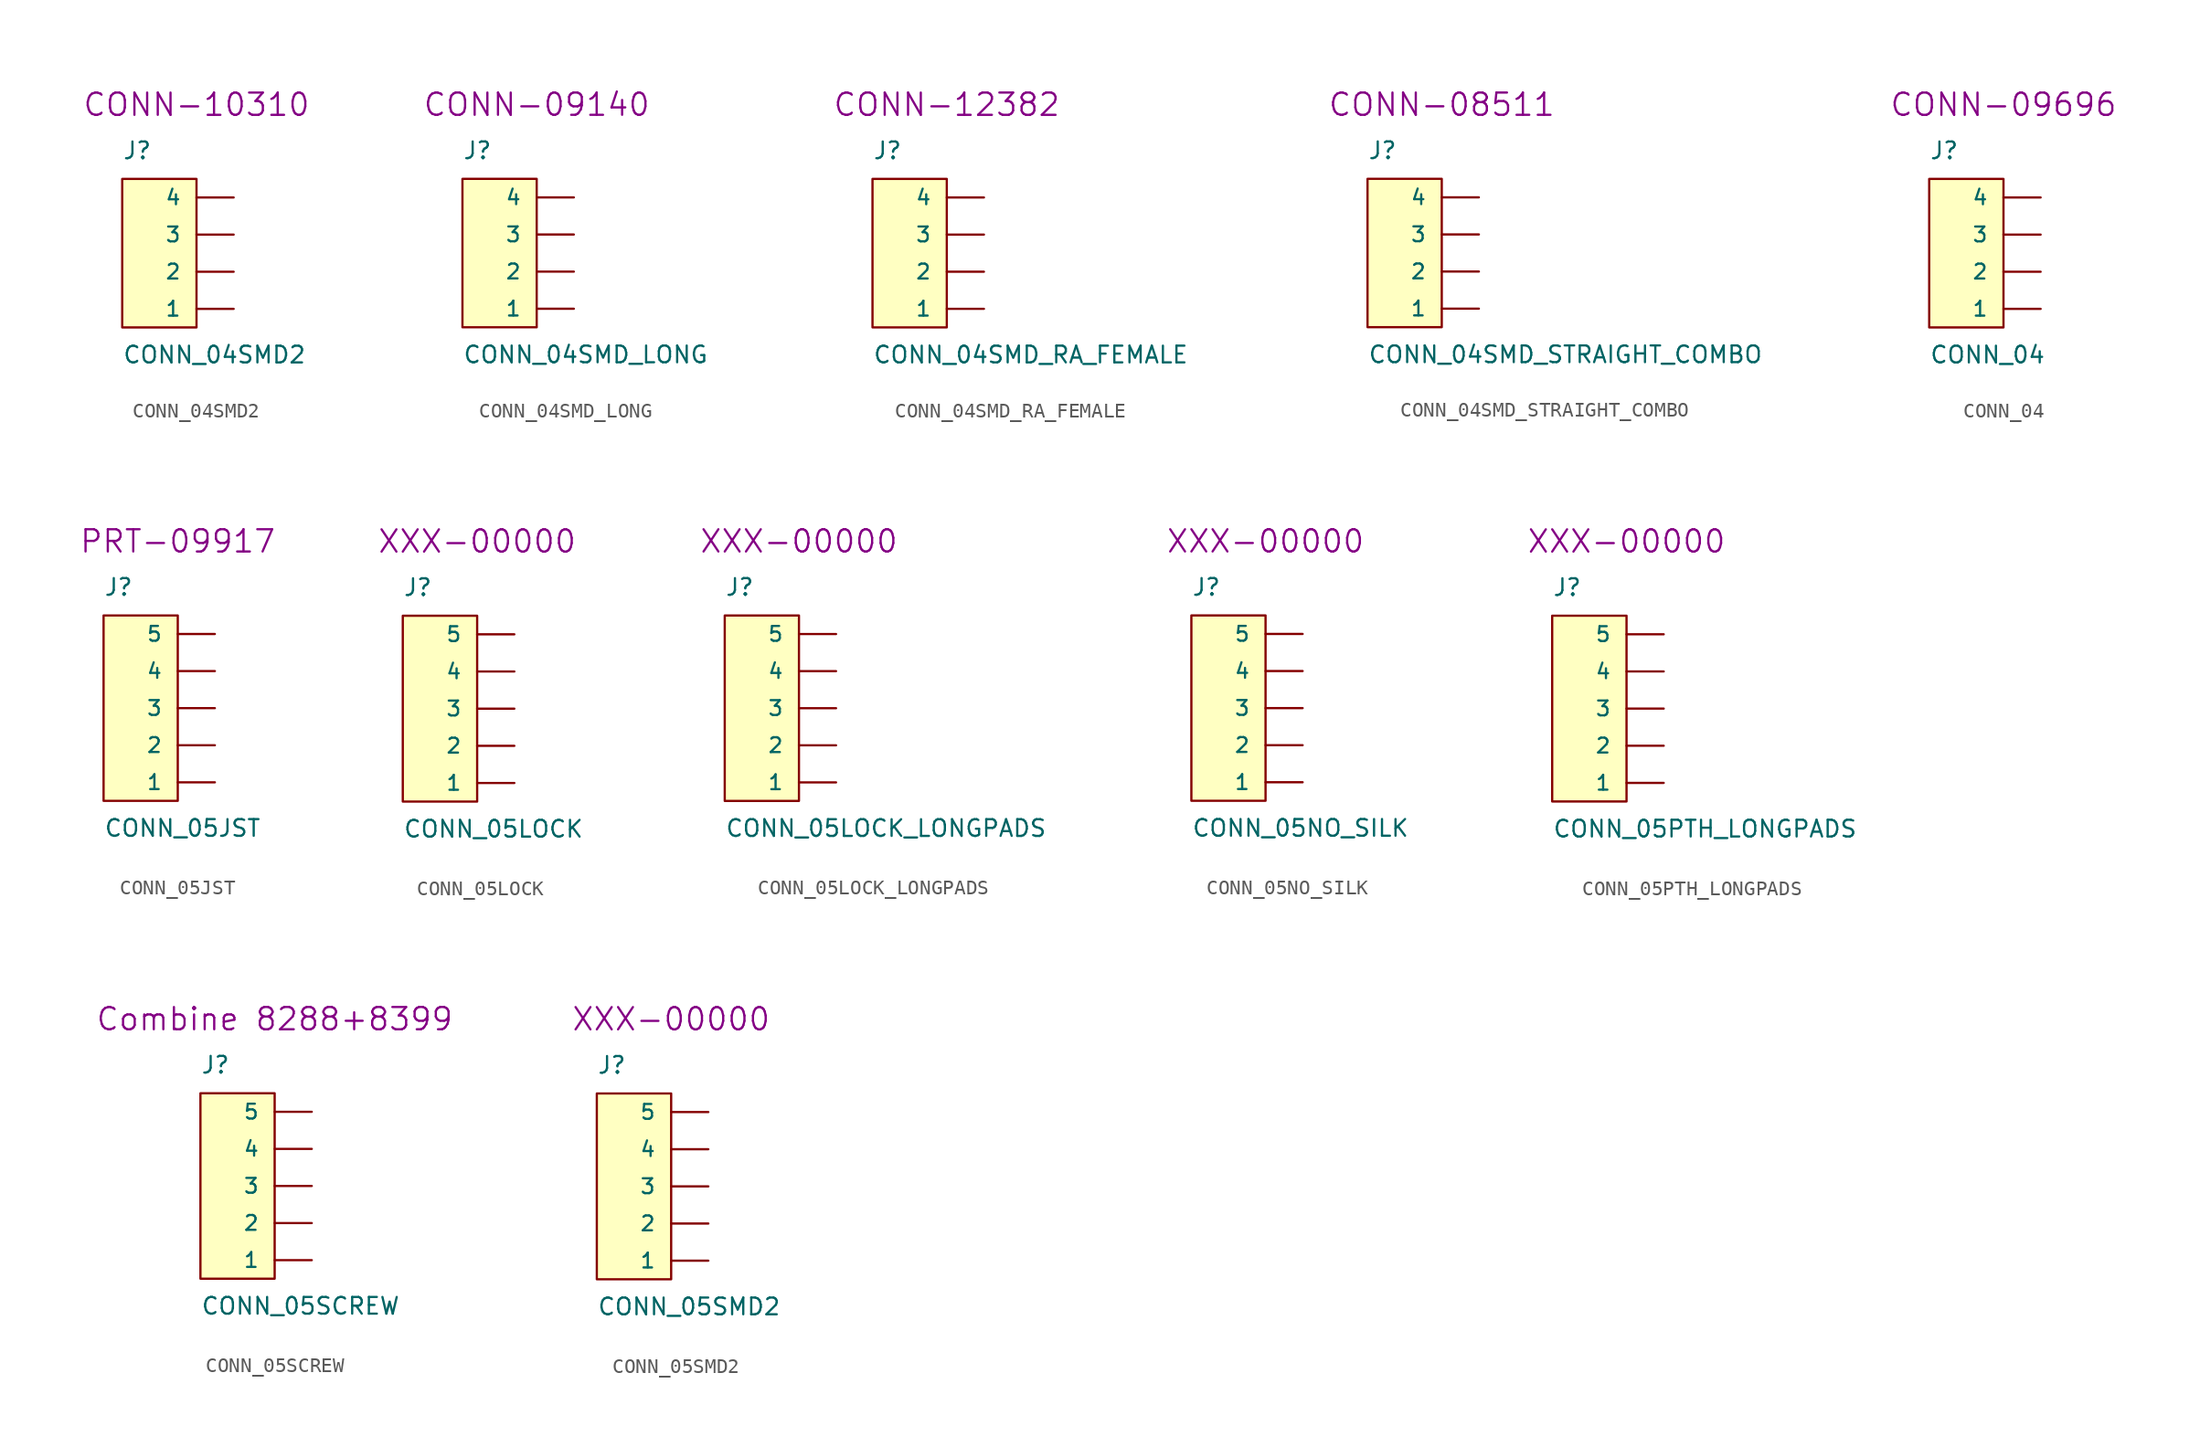
<source format=kicad_sym>
(kicad_symbol_lib
  (version 20220914)
  (generator kicad_symbol_editor)
  (symbol "CONN_04SMD2"
    (pin_numbers hide)
    (pin_names
      (offset 1.016))
    (property "Reference" "J"
      (at -5.08 10.16 0)
      (effects (font (size 1.143 1.143)) (justify left bottom)))
    (property "Value" "CONN_04SMD2"
      (at -5.08 -3.81 0)
      (effects (font (size 1.143 1.143)) (justify left bottom)))
    (property "Field4" "CONN-10310"
      (at 0 13.97 0)
      (effects (font (size 1.524 1.524))))
    (property "ki_locked" ""
      (at 0 0 0)
      (effects (font (size 1.27 1.27))))
    (symbol "CONN_04SMD2_0_1"
      (rectangle (start 0 -1.27) (end -5.08 8.89) (stroke (width 0) (type solid)) (fill (type background))))
    (symbol "CONN_04SMD2_1_1"
      (pin passive line (at 2.54 0 180) (length 2.54) (name "1" (effects (font (size 1.016 1.016)))) (number "1" (effects (font (size 1.016 1.016)))))
      (pin passive line (at 2.54 2.54 180) (length 2.54) (name "2" (effects (font (size 1.016 1.016)))) (number "2" (effects (font (size 1.016 1.016)))))
      (pin passive line (at 2.54 5.08 180) (length 2.54) (name "3" (effects (font (size 1.016 1.016)))) (number "3" (effects (font (size 1.016 1.016)))))
      (pin passive line (at 2.54 7.62 180) (length 2.54) (name "4" (effects (font (size 1.016 1.016)))) (number "4" (effects (font (size 1.016 1.016)))))))
  (symbol "CONN_04SMD_LONG"
    (pin_numbers hide)
    (pin_names
      (offset 1.016))
    (property "Reference" "J"
      (at -5.08 10.16 0)
      (effects (font (size 1.143 1.143)) (justify left bottom)))
    (property "Value" "CONN_04SMD_LONG"
      (at -5.08 -3.81 0)
      (effects (font (size 1.143 1.143)) (justify left bottom)))
    (property "Field4" "CONN-09140"
      (at 0 13.97 0)
      (effects (font (size 1.524 1.524))))
    (property "ki_locked" ""
      (at 0 0 0)
      (effects (font (size 1.27 1.27))))
    (symbol "CONN_04SMD_LONG_0_1"
      (rectangle (start 0 -1.27) (end -5.08 8.89) (stroke (width 0) (type solid)) (fill (type background))))
    (symbol "CONN_04SMD_LONG_1_1"
      (pin passive line (at 2.54 0 180) (length 2.54) (name "1" (effects (font (size 1.016 1.016)))) (number "1" (effects (font (size 1.016 1.016)))))
      (pin passive line (at 2.54 2.54 180) (length 2.54) (name "2" (effects (font (size 1.016 1.016)))) (number "2" (effects (font (size 1.016 1.016)))))
      (pin passive line (at 2.54 5.08 180) (length 2.54) (name "3" (effects (font (size 1.016 1.016)))) (number "3" (effects (font (size 1.016 1.016)))))
      (pin passive line (at 2.54 7.62 180) (length 2.54) (name "4" (effects (font (size 1.016 1.016)))) (number "4" (effects (font (size 1.016 1.016)))))))
  (symbol "CONN_04SMD_RA_FEMALE"
    (pin_numbers hide)
    (pin_names
      (offset 1.016))
    (property "Reference" "J"
      (at -5.08 10.16 0)
      (effects (font (size 1.143 1.143)) (justify left bottom)))
    (property "Value" "CONN_04SMD_RA_FEMALE"
      (at -5.08 -3.81 0)
      (effects (font (size 1.143 1.143)) (justify left bottom)))
    (property "Field4" "CONN-12382"
      (at 0 13.97 0)
      (effects (font (size 1.524 1.524))))
    (property "ki_locked" ""
      (at 0 0 0)
      (effects (font (size 1.27 1.27))))
    (symbol "CONN_04SMD_RA_FEMALE_0_1"
      (rectangle (start 0 -1.27) (end -5.08 8.89) (stroke (width 0) (type solid)) (fill (type background))))
    (symbol "CONN_04SMD_RA_FEMALE_1_1"
      (pin passive line (at 2.54 0 180) (length 2.54) (name "1" (effects (font (size 1.016 1.016)))) (number "1" (effects (font (size 1.016 1.016)))))
      (pin passive line (at 2.54 2.54 180) (length 2.54) (name "2" (effects (font (size 1.016 1.016)))) (number "2" (effects (font (size 1.016 1.016)))))
      (pin passive line (at 2.54 5.08 180) (length 2.54) (name "3" (effects (font (size 1.016 1.016)))) (number "3" (effects (font (size 1.016 1.016)))))
      (pin passive line (at 2.54 7.62 180) (length 2.54) (name "4" (effects (font (size 1.016 1.016)))) (number "4" (effects (font (size 1.016 1.016)))))))
  (symbol "CONN_04SMD_STRAIGHT_COMBO"
    (pin_numbers hide)
    (pin_names
      (offset 1.016))
    (property "Reference" "J"
      (at -5.08 10.16 0)
      (effects (font (size 1.143 1.143)) (justify left bottom)))
    (property "Value" "CONN_04SMD_STRAIGHT_COMBO"
      (at -5.08 -3.81 0)
      (effects (font (size 1.143 1.143)) (justify left bottom)))
    (property "Field4" "CONN-08511"
      (at 0 13.97 0)
      (effects (font (size 1.524 1.524))))
    (property "ki_locked" ""
      (at 0 0 0)
      (effects (font (size 1.27 1.27))))
    (symbol "CONN_04SMD_STRAIGHT_COMBO_0_1"
      (rectangle (start 0 -1.27) (end -5.08 8.89) (stroke (width 0) (type solid)) (fill (type background))))
    (symbol "CONN_04SMD_STRAIGHT_COMBO_1_1"
      (pin passive line (at 2.54 0 180) (length 2.54) (name "1" (effects (font (size 1.016 1.016)))) (number "1" (effects (font (size 1.016 1.016)))))
      (pin passive line (at 2.54 2.54 180) (length 2.54) (name "2" (effects (font (size 1.016 1.016)))) (number "2" (effects (font (size 1.016 1.016)))))
      (pin passive line (at 2.54 5.08 180) (length 2.54) (name "3" (effects (font (size 1.016 1.016)))) (number "3" (effects (font (size 1.016 1.016)))))
      (pin passive line (at 2.54 7.62 180) (length 2.54) (name "4" (effects (font (size 1.016 1.016)))) (number "4" (effects (font (size 1.016 1.016)))))))
  (symbol "CONN_04"
    (pin_numbers hide)
    (pin_names
      (offset 1.016))
    (property "Reference" "J"
      (at -5.08 10.16 0)
      (effects (font (size 1.143 1.143)) (justify left bottom)))
    (property "Value" "CONN_04"
      (at -5.08 -3.81 0)
      (effects (font (size 1.143 1.143)) (justify left bottom)))
    (property "Field4" "CONN-09696"
      (at 0 13.97 0)
      (effects (font (size 1.524 1.524))))
    (property "ki_locked" ""
      (at 0 0 0)
      (effects (font (size 1.27 1.27))))
    (symbol "CONN_04_0_1"
      (rectangle (start 0 -1.27) (end -5.08 8.89) (stroke (width 0) (type solid)) (fill (type background))))
    (symbol "CONN_04_1_1"
      (pin passive line (at 2.54 0 180) (length 2.54) (name "1" (effects (font (size 1.016 1.016)))) (number "1" (effects (font (size 1.016 1.016)))))
      (pin passive line (at 2.54 2.54 180) (length 2.54) (name "2" (effects (font (size 1.016 1.016)))) (number "2" (effects (font (size 1.016 1.016)))))
      (pin passive line (at 2.54 5.08 180) (length 2.54) (name "3" (effects (font (size 1.016 1.016)))) (number "3" (effects (font (size 1.016 1.016)))))
      (pin passive line (at 2.54 7.62 180) (length 2.54) (name "4" (effects (font (size 1.016 1.016)))) (number "4" (effects (font (size 1.016 1.016)))))))
  (symbol "CONN_05JST"
    (pin_numbers hide)
    (pin_names
      (offset 1.016))
    (property "Reference" "J"
      (at -5.08 12.7 0)
      (effects (font (size 1.143 1.143)) (justify left bottom)))
    (property "Value" "CONN_05JST"
      (at -5.08 -3.81 0)
      (effects (font (size 1.143 1.143)) (justify left bottom)))
    (property "Field4" "PRT-09917"
      (at 0 16.51 0)
      (effects (font (size 1.524 1.524))))
    (property "ki_locked" ""
      (at 0 0 0)
      (effects (font (size 1.27 1.27))))
    (symbol "CONN_05JST_0_1"
      (rectangle (start 0 -1.27) (end -5.08 11.43) (stroke (width 0) (type solid)) (fill (type background))))
    (symbol "CONN_05JST_1_1"
      (pin passive line (at 2.54 0 180) (length 2.54) (name "1" (effects (font (size 1.016 1.016)))) (number "1" (effects (font (size 1.016 1.016)))))
      (pin passive line (at 2.54 2.54 180) (length 2.54) (name "2" (effects (font (size 1.016 1.016)))) (number "2" (effects (font (size 1.016 1.016)))))
      (pin passive line (at 2.54 5.08 180) (length 2.54) (name "3" (effects (font (size 1.016 1.016)))) (number "3" (effects (font (size 1.016 1.016)))))
      (pin passive line (at 2.54 7.62 180) (length 2.54) (name "4" (effects (font (size 1.016 1.016)))) (number "4" (effects (font (size 1.016 1.016)))))
      (pin passive line (at 2.54 10.16 180) (length 2.54) (name "5" (effects (font (size 1.016 1.016)))) (number "5" (effects (font (size 1.016 1.016)))))))
  (symbol "CONN_05LOCK"
    (pin_numbers hide)
    (pin_names
      (offset 1.016))
    (property "Reference" "J"
      (at -5.08 12.7 0)
      (effects (font (size 1.143 1.143)) (justify left bottom)))
    (property "Value" "CONN_05LOCK"
      (at -5.08 -3.81 0)
      (effects (font (size 1.143 1.143)) (justify left bottom)))
    (property "Field4" "XXX-00000"
      (at 0 16.51 0)
      (effects (font (size 1.524 1.524))))
    (property "ki_locked" ""
      (at 0 0 0)
      (effects (font (size 1.27 1.27))))
    (symbol "CONN_05LOCK_0_1"
      (rectangle (start 0 -1.27) (end -5.08 11.43) (stroke (width 0) (type solid)) (fill (type background))))
    (symbol "CONN_05LOCK_1_1"
      (pin passive line (at 2.54 0 180) (length 2.54) (name "1" (effects (font (size 1.016 1.016)))) (number "1" (effects (font (size 1.016 1.016)))))
      (pin passive line (at 2.54 2.54 180) (length 2.54) (name "2" (effects (font (size 1.016 1.016)))) (number "2" (effects (font (size 1.016 1.016)))))
      (pin passive line (at 2.54 5.08 180) (length 2.54) (name "3" (effects (font (size 1.016 1.016)))) (number "3" (effects (font (size 1.016 1.016)))))
      (pin passive line (at 2.54 7.62 180) (length 2.54) (name "4" (effects (font (size 1.016 1.016)))) (number "4" (effects (font (size 1.016 1.016)))))
      (pin passive line (at 2.54 10.16 180) (length 2.54) (name "5" (effects (font (size 1.016 1.016)))) (number "5" (effects (font (size 1.016 1.016)))))))
  (symbol "CONN_05LOCK_LONGPADS"
    (pin_numbers hide)
    (pin_names
      (offset 1.016))
    (property "Reference" "J"
      (at -5.08 12.7 0)
      (effects (font (size 1.143 1.143)) (justify left bottom)))
    (property "Value" "CONN_05LOCK_LONGPADS"
      (at -5.08 -3.81 0)
      (effects (font (size 1.143 1.143)) (justify left bottom)))
    (property "Field4" "XXX-00000"
      (at 0 16.51 0)
      (effects (font (size 1.524 1.524))))
    (property "ki_locked" ""
      (at 0 0 0)
      (effects (font (size 1.27 1.27))))
    (symbol "CONN_05LOCK_LONGPADS_0_1"
      (rectangle (start 0 -1.27) (end -5.08 11.43) (stroke (width 0) (type solid)) (fill (type background))))
    (symbol "CONN_05LOCK_LONGPADS_1_1"
      (pin passive line (at 2.54 0 180) (length 2.54) (name "1" (effects (font (size 1.016 1.016)))) (number "1" (effects (font (size 1.016 1.016)))))
      (pin passive line (at 2.54 2.54 180) (length 2.54) (name "2" (effects (font (size 1.016 1.016)))) (number "2" (effects (font (size 1.016 1.016)))))
      (pin passive line (at 2.54 5.08 180) (length 2.54) (name "3" (effects (font (size 1.016 1.016)))) (number "3" (effects (font (size 1.016 1.016)))))
      (pin passive line (at 2.54 7.62 180) (length 2.54) (name "4" (effects (font (size 1.016 1.016)))) (number "4" (effects (font (size 1.016 1.016)))))
      (pin passive line (at 2.54 10.16 180) (length 2.54) (name "5" (effects (font (size 1.016 1.016)))) (number "5" (effects (font (size 1.016 1.016)))))))
  (symbol "CONN_05NO_SILK"
    (pin_numbers hide)
    (pin_names
      (offset 1.016))
    (property "Reference" "J"
      (at -5.08 12.7 0)
      (effects (font (size 1.143 1.143)) (justify left bottom)))
    (property "Value" "CONN_05NO_SILK"
      (at -5.08 -3.81 0)
      (effects (font (size 1.143 1.143)) (justify left bottom)))
    (property "Field4" "XXX-00000"
      (at 0 16.51 0)
      (effects (font (size 1.524 1.524))))
    (property "ki_locked" ""
      (at 0 0 0)
      (effects (font (size 1.27 1.27))))
    (symbol "CONN_05NO_SILK_0_1"
      (rectangle (start 0 -1.27) (end -5.08 11.43) (stroke (width 0) (type solid)) (fill (type background))))
    (symbol "CONN_05NO_SILK_1_1"
      (pin passive line (at 2.54 0 180) (length 2.54) (name "1" (effects (font (size 1.016 1.016)))) (number "1" (effects (font (size 1.016 1.016)))))
      (pin passive line (at 2.54 2.54 180) (length 2.54) (name "2" (effects (font (size 1.016 1.016)))) (number "2" (effects (font (size 1.016 1.016)))))
      (pin passive line (at 2.54 5.08 180) (length 2.54) (name "3" (effects (font (size 1.016 1.016)))) (number "3" (effects (font (size 1.016 1.016)))))
      (pin passive line (at 2.54 7.62 180) (length 2.54) (name "4" (effects (font (size 1.016 1.016)))) (number "4" (effects (font (size 1.016 1.016)))))
      (pin passive line (at 2.54 10.16 180) (length 2.54) (name "5" (effects (font (size 1.016 1.016)))) (number "5" (effects (font (size 1.016 1.016)))))))
  (symbol "CONN_05PTH_LONGPADS"
    (pin_numbers hide)
    (pin_names
      (offset 1.016))
    (property "Reference" "J"
      (at -5.08 12.7 0)
      (effects (font (size 1.143 1.143)) (justify left bottom)))
    (property "Value" "CONN_05PTH_LONGPADS"
      (at -5.08 -3.81 0)
      (effects (font (size 1.143 1.143)) (justify left bottom)))
    (property "Field4" "XXX-00000"
      (at 0 16.51 0)
      (effects (font (size 1.524 1.524))))
    (property "ki_locked" ""
      (at 0 0 0)
      (effects (font (size 1.27 1.27))))
    (symbol "CONN_05PTH_LONGPADS_0_1"
      (rectangle (start 0 -1.27) (end -5.08 11.43) (stroke (width 0) (type solid)) (fill (type background))))
    (symbol "CONN_05PTH_LONGPADS_1_1"
      (pin passive line (at 2.54 0 180) (length 2.54) (name "1" (effects (font (size 1.016 1.016)))) (number "1" (effects (font (size 1.016 1.016)))))
      (pin passive line (at 2.54 2.54 180) (length 2.54) (name "2" (effects (font (size 1.016 1.016)))) (number "2" (effects (font (size 1.016 1.016)))))
      (pin passive line (at 2.54 5.08 180) (length 2.54) (name "3" (effects (font (size 1.016 1.016)))) (number "3" (effects (font (size 1.016 1.016)))))
      (pin passive line (at 2.54 7.62 180) (length 2.54) (name "4" (effects (font (size 1.016 1.016)))) (number "4" (effects (font (size 1.016 1.016)))))
      (pin passive line (at 2.54 10.16 180) (length 2.54) (name "5" (effects (font (size 1.016 1.016)))) (number "5" (effects (font (size 1.016 1.016)))))))
  (symbol "CONN_05SCREW"
    (pin_numbers hide)
    (pin_names
      (offset 1.016))
    (property "Reference" "J"
      (at -5.08 12.7 0)
      (effects (font (size 1.143 1.143)) (justify left bottom)))
    (property "Value" "CONN_05SCREW"
      (at -5.08 -3.81 0)
      (effects (font (size 1.143 1.143)) (justify left bottom)))
    (property "Field4" "Combine 8288+8399"
      (at 0 16.51 0)
      (effects (font (size 1.524 1.524))))
    (property "ki_locked" ""
      (at 0 0 0)
      (effects (font (size 1.27 1.27))))
    (symbol "CONN_05SCREW_0_1"
      (rectangle (start 0 -1.27) (end -5.08 11.43) (stroke (width 0) (type solid)) (fill (type background))))
    (symbol "CONN_05SCREW_1_1"
      (pin passive line (at 2.54 0 180) (length 2.54) (name "1" (effects (font (size 1.016 1.016)))) (number "1" (effects (font (size 1.016 1.016)))))
      (pin passive line (at 2.54 2.54 180) (length 2.54) (name "2" (effects (font (size 1.016 1.016)))) (number "2" (effects (font (size 1.016 1.016)))))
      (pin passive line (at 2.54 5.08 180) (length 2.54) (name "3" (effects (font (size 1.016 1.016)))) (number "3" (effects (font (size 1.016 1.016)))))
      (pin passive line (at 2.54 7.62 180) (length 2.54) (name "4" (effects (font (size 1.016 1.016)))) (number "4" (effects (font (size 1.016 1.016)))))
      (pin passive line (at 2.54 10.16 180) (length 2.54) (name "5" (effects (font (size 1.016 1.016)))) (number "5" (effects (font (size 1.016 1.016)))))))
  (symbol "CONN_05SMD2"
    (pin_numbers hide)
    (pin_names
      (offset 1.016))
    (property "Reference" "J"
      (at -5.08 12.7 0)
      (effects (font (size 1.143 1.143)) (justify left bottom)))
    (property "Value" "CONN_05SMD2"
      (at -5.08 -3.81 0)
      (effects (font (size 1.143 1.143)) (justify left bottom)))
    (property "Field4" "XXX-00000"
      (at 0 16.51 0)
      (effects (font (size 1.524 1.524))))
    (property "ki_locked" ""
      (at 0 0 0)
      (effects (font (size 1.27 1.27))))
    (symbol "CONN_05SMD2_0_1"
      (rectangle (start 0 -1.27) (end -5.08 11.43) (stroke (width 0) (type solid)) (fill (type background))))
    (symbol "CONN_05SMD2_1_1"
      (pin passive line (at 2.54 0 180) (length 2.54) (name "1" (effects (font (size 1.016 1.016)))) (number "1" (effects (font (size 1.016 1.016)))))
      (pin passive line (at 2.54 2.54 180) (length 2.54) (name "2" (effects (font (size 1.016 1.016)))) (number "2" (effects (font (size 1.016 1.016)))))
      (pin passive line (at 2.54 5.08 180) (length 2.54) (name "3" (effects (font (size 1.016 1.016)))) (number "3" (effects (font (size 1.016 1.016)))))
      (pin passive line (at 2.54 7.62 180) (length 2.54) (name "4" (effects (font (size 1.016 1.016)))) (number "4" (effects (font (size 1.016 1.016)))))
      (pin passive line (at 2.54 10.16 180) (length 2.54) (name "5" (effects (font (size 1.016 1.016)))) (number "5" (effects (font (size 1.016 1.016))))))))
</source>
